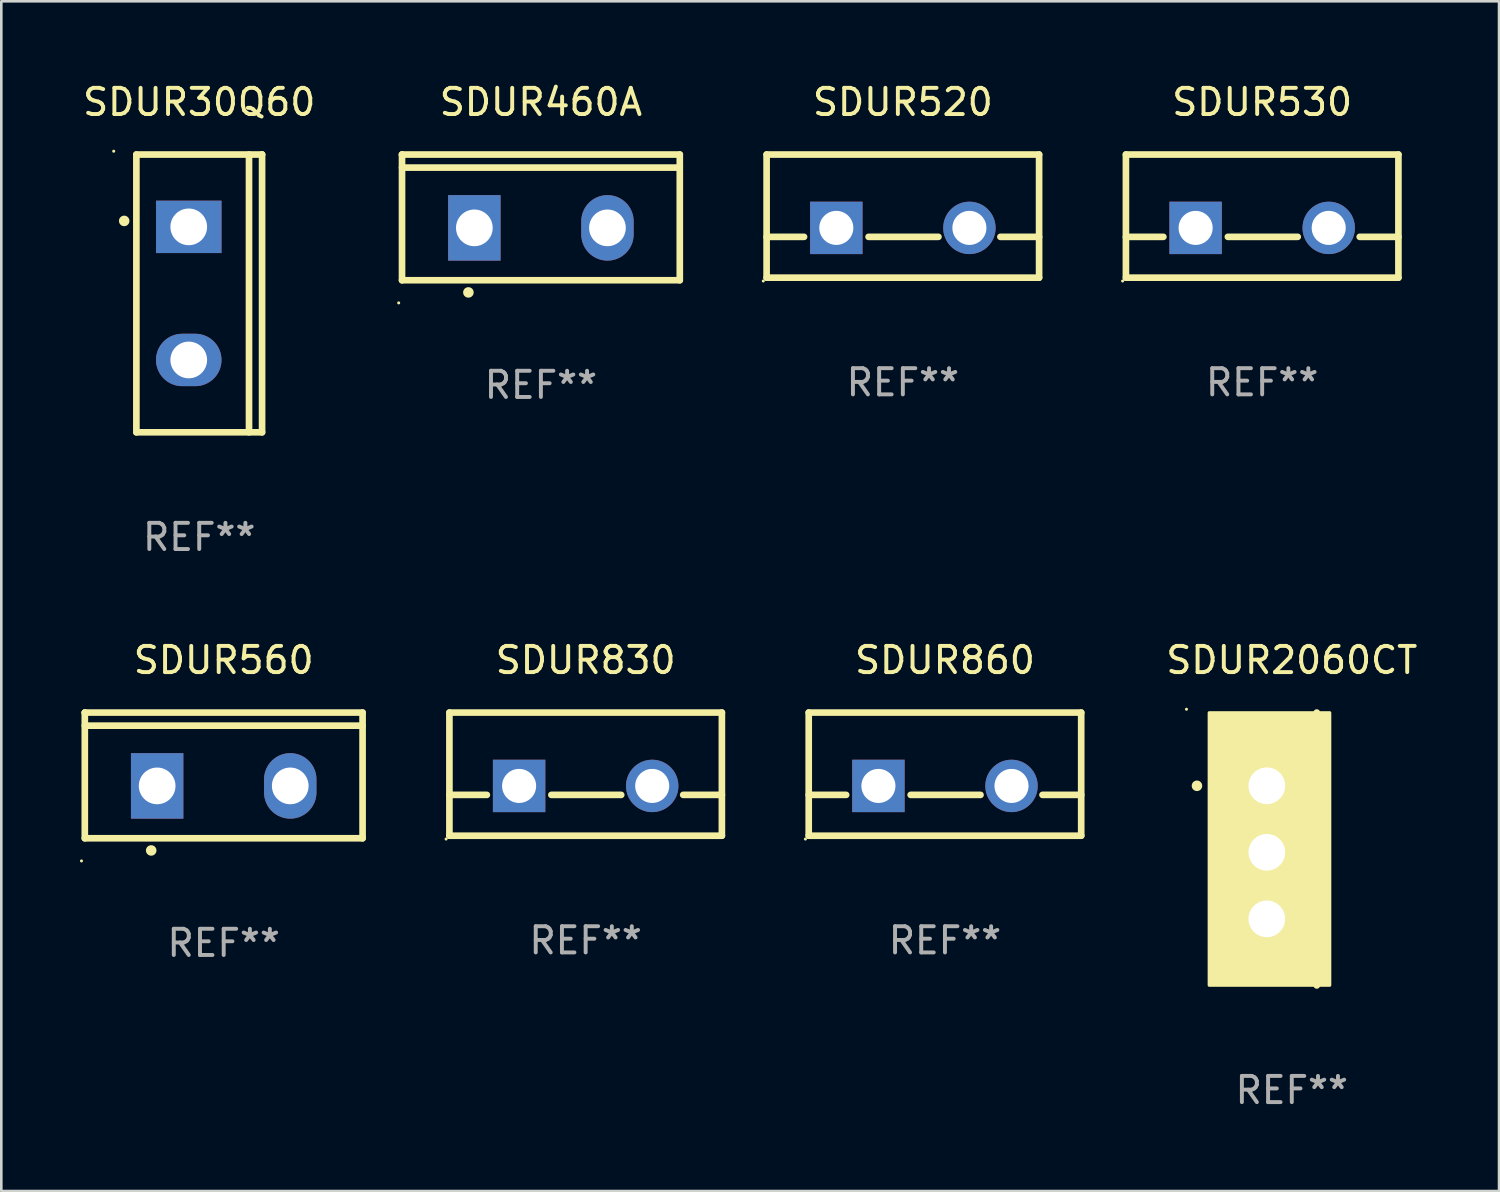
<source format=kicad_pcb>
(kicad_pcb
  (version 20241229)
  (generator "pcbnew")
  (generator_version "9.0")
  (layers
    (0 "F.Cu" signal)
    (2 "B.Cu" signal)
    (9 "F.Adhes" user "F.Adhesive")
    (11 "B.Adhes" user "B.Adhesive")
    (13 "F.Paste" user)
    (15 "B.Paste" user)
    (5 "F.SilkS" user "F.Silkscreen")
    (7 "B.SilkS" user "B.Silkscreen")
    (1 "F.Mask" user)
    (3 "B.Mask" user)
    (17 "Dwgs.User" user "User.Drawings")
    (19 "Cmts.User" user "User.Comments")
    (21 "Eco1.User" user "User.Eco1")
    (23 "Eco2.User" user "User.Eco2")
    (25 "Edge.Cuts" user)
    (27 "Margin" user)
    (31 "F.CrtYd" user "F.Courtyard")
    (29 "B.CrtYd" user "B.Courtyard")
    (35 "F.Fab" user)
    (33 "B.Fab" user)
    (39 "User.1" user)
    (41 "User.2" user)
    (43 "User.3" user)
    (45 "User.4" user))
  (footprint "SDUR860"
    (layer "F.Cu")
    (at 33.017 26.497)
    (property "Reference" "SDUR860" (at 0 -4.35 0) (layer "F.SilkS") (effects (font (size 1 1) (thickness 0.15))))
    (attr through_hole)
    (fp_line (start -5.2 -2.35) (end -5.2 2.35) (stroke (width 0.254) (type solid)) (layer "F.SilkS"))
    (fp_line (start -5.2 -2.35) (end 5.2 -2.35) (stroke (width 0.254) (type solid)) (layer "F.SilkS"))
    (fp_line (start -5.2 0.792) (end -3.771 0.792) (stroke (width 0.254) (type solid)) (layer "F.SilkS"))
    (fp_line (start -5.2 2.35) (end 5.2 2.35) (stroke (width 0.254) (type solid)) (layer "F.SilkS"))
    (fp_line (start -1.309 0.792) (end 1.357 0.792) (stroke (width 0.254) (type solid)) (layer "F.SilkS"))
    (fp_line (start 3.723 0.792) (end 5.2 0.792) (stroke (width 0.254) (type solid)) (layer "F.SilkS"))
    (fp_line (start 5.2 -2.35) (end 5.2 2.35) (stroke (width 0.254) (type solid)) (layer "F.SilkS"))
    (fp_circle (center -5.327 2.477) (end -5.297 2.477) (stroke (width 0.06) (type solid)) (fill no) (layer "F.SilkS"))
    (fp_text user "REF**" (at 0 6.35 0) (layer "F.Fab") (effects (font (size 1 1) (thickness 0.15))))
    (pad "1" thru_hole rect (at -2.54 0.45) (size 2 2) (drill 1.3) (layers "*.Cu" "*.Mask"))
    (pad "2" thru_hole circle (at 2.54 0.45) (size 2 2) (drill 1.3) (layers "*.Cu" "*.Mask")))
  (footprint "SDUR530"
    (layer "F.Cu")
    (at 45.124 5.198)
    (property "Reference" "SDUR530" (at 0 -4.35 0) (layer "F.SilkS") (effects (font (size 1 1) (thickness 0.15))))
    (attr through_hole)
    (fp_line (start -5.2 -2.35) (end -5.2 2.35) (stroke (width 0.254) (type solid)) (layer "F.SilkS"))
    (fp_line (start -5.2 -2.35) (end 5.2 -2.35) (stroke (width 0.254) (type solid)) (layer "F.SilkS"))
    (fp_line (start -5.2 0.792) (end -3.771 0.792) (stroke (width 0.254) (type solid)) (layer "F.SilkS"))
    (fp_line (start -5.2 2.35) (end 5.2 2.35) (stroke (width 0.254) (type solid)) (layer "F.SilkS"))
    (fp_line (start -1.309 0.792) (end 1.357 0.792) (stroke (width 0.254) (type solid)) (layer "F.SilkS"))
    (fp_line (start 3.723 0.792) (end 5.2 0.792) (stroke (width 0.254) (type solid)) (layer "F.SilkS"))
    (fp_line (start 5.2 -2.35) (end 5.2 2.35) (stroke (width 0.254) (type solid)) (layer "F.SilkS"))
    (fp_circle (center -5.327 2.477) (end -5.297 2.477) (stroke (width 0.06) (type solid)) (fill no) (layer "F.SilkS"))
    (fp_text user "REF**" (at 0 6.35 0) (layer "F.Fab") (effects (font (size 1 1) (thickness 0.15))))
    (pad "1" thru_hole rect (at -2.54 0.45) (size 2 2) (drill 1.3) (layers "*.Cu" "*.Mask"))
    (pad "2" thru_hole circle (at 2.54 0.45) (size 2 2) (drill 1.3) (layers "*.Cu" "*.Mask")))
  (footprint "SDUR520"
    (layer "F.Cu")
    (at 31.41 5.198)
    (property "Reference" "SDUR520" (at 0 -4.35 0) (layer "F.SilkS") (effects (font (size 1 1) (thickness 0.15))))
    (attr through_hole)
    (fp_line (start -5.2 -2.35) (end -5.2 2.35) (stroke (width 0.254) (type solid)) (layer "F.SilkS"))
    (fp_line (start -5.2 -2.35) (end 5.2 -2.35) (stroke (width 0.254) (type solid)) (layer "F.SilkS"))
    (fp_line (start -5.2 0.792) (end -3.771 0.792) (stroke (width 0.254) (type solid)) (layer "F.SilkS"))
    (fp_line (start -5.2 2.35) (end 5.2 2.35) (stroke (width 0.254) (type solid)) (layer "F.SilkS"))
    (fp_line (start -1.309 0.792) (end 1.357 0.792) (stroke (width 0.254) (type solid)) (layer "F.SilkS"))
    (fp_line (start 3.723 0.792) (end 5.2 0.792) (stroke (width 0.254) (type solid)) (layer "F.SilkS"))
    (fp_line (start 5.2 -2.35) (end 5.2 2.35) (stroke (width 0.254) (type solid)) (layer "F.SilkS"))
    (fp_circle (center -5.327 2.477) (end -5.297 2.477) (stroke (width 0.06) (type solid)) (fill no) (layer "F.SilkS"))
    (fp_text user "REF**" (at 0 6.35 0) (layer "F.Fab") (effects (font (size 1 1) (thickness 0.15))))
    (pad "1" thru_hole rect (at -2.54 0.45) (size 2 2) (drill 1.3) (layers "*.Cu" "*.Mask"))
    (pad "2" thru_hole circle (at 2.54 0.45) (size 2 2) (drill 1.3) (layers "*.Cu" "*.Mask")))
  (footprint "SDUR30Q60"
    (layer "F.Cu")
    (at 4.554 8.149)
    (property "Reference" "SDUR30Q60" (at 0 -7.301 0) (layer "F.SilkS") (effects (font (size 1 1) (thickness 0.15))))
    (attr through_hole)
    (fp_line (start -2.399 -5.301) (end 2.394 -5.301) (stroke (width 0.254) (type solid)) (layer "F.SilkS"))
    (fp_line (start -2.399 5.301) (end -2.399 -5.301) (stroke (width 0.254) (type solid)) (layer "F.SilkS"))
    (fp_line (start 1.9 5.3) (end 1.9 -5.3) (stroke (width 0.254) (type solid)) (layer "F.SilkS"))
    (fp_line (start 2.394 -5.301) (end 2.399 -5.301) (stroke (width 0.254) (type solid)) (layer "F.SilkS"))
    (fp_line (start 2.399 -5.301) (end 2.399 5.301) (stroke (width 0.254) (type solid)) (layer "F.SilkS"))
    (fp_line (start 2.399 5.301) (end -2.399 5.301) (stroke (width 0.254) (type solid)) (layer "F.SilkS"))
    (fp_arc (start -2.863843 -2.766066) (mid -2.863847 -2.767336) (end -2.863843 -2.768606) (stroke (width 0.4) (type solid)) (layer "F.SilkS"))
    (fp_circle (center -3.264 -5.428) (end -3.234 -5.428) (stroke (width 0.06) (type solid)) (fill no) (layer "F.SilkS"))
    (fp_text user "REF**" (at 0 9.301 0) (layer "F.Fab") (effects (font (size 1 1) (thickness 0.15))))
    (pad "1" thru_hole rect (at -0.4 -2.54 270) (size 2 2.5) (drill 1.4) (layers "*.Cu" "*.Mask"))
    (pad "2" thru_hole oval (at -0.4 2.54 270) (size 2 2.5) (drill 1.4) (layers "*.Cu" "*.Mask")))
  (footprint "SDUR460A"
    (layer "F.Cu")
    (at 17.595 5.247)
    (property "Reference" "SDUR460A" (at 0 -4.399 0) (layer "F.SilkS") (effects (font (size 1 1) (thickness 0.15))))
    (attr through_hole)
    (fp_line (start -5.301 -2.399) (end 5.301 -2.399) (stroke (width 0.254) (type solid)) (layer "F.SilkS"))
    (fp_line (start -5.301 -2.394) (end -5.301 -2.399) (stroke (width 0.254) (type solid)) (layer "F.SilkS"))
    (fp_line (start -5.301 2.399) (end -5.301 -2.394) (stroke (width 0.254) (type solid)) (layer "F.SilkS"))
    (fp_line (start 5.3 -1.9) (end -5.3 -1.9) (stroke (width 0.254) (type solid)) (layer "F.SilkS"))
    (fp_line (start 5.301 -2.399) (end 5.301 2.399) (stroke (width 0.254) (type solid)) (layer "F.SilkS"))
    (fp_line (start 5.301 2.399) (end -5.301 2.399) (stroke (width 0.254) (type solid)) (layer "F.SilkS"))
    (fp_arc (start -2.768606 2.863843) (mid -2.767336 2.863839) (end -2.766066 2.863843) (stroke (width 0.4) (type solid)) (layer "F.SilkS"))
    (fp_circle (center -5.428 3.264) (end -5.398 3.264) (stroke (width 0.06) (type solid)) (fill no) (layer "F.SilkS"))
    (fp_text user "REF**" (at 0 6.399 0) (layer "F.Fab") (effects (font (size 1 1) (thickness 0.15))))
    (pad "1" thru_hole rect (at -2.54 0.4) (size 2 2.5) (drill 1.4) (layers "*.Cu" "*.Mask"))
    (pad "2" thru_hole oval (at 2.54 0.4) (size 2 2.5) (drill 1.4) (layers "*.Cu" "*.Mask")))
  (footprint "SDUR560"
    (layer "F.Cu")
    (at 5.488 26.546)
    (property "Reference" "SDUR560" (at 0 -4.399 0) (layer "F.SilkS") (effects (font (size 1 1) (thickness 0.15))))
    (attr through_hole)
    (fp_line (start -5.301 -2.399) (end 5.301 -2.399) (stroke (width 0.254) (type solid)) (layer "F.SilkS"))
    (fp_line (start -5.301 -2.394) (end -5.301 -2.399) (stroke (width 0.254) (type solid)) (layer "F.SilkS"))
    (fp_line (start -5.301 2.399) (end -5.301 -2.394) (stroke (width 0.254) (type solid)) (layer "F.SilkS"))
    (fp_line (start 5.3 -1.9) (end -5.3 -1.9) (stroke (width 0.254) (type solid)) (layer "F.SilkS"))
    (fp_line (start 5.301 -2.399) (end 5.301 2.399) (stroke (width 0.254) (type solid)) (layer "F.SilkS"))
    (fp_line (start 5.301 2.399) (end -5.301 2.399) (stroke (width 0.254) (type solid)) (layer "F.SilkS"))
    (fp_arc (start -2.768606 2.863843) (mid -2.767336 2.863839) (end -2.766066 2.863843) (stroke (width 0.4) (type solid)) (layer "F.SilkS"))
    (fp_circle (center -5.428 3.264) (end -5.398 3.264) (stroke (width 0.06) (type solid)) (fill no) (layer "F.SilkS"))
    (fp_text user "REF**" (at 0 6.399 0) (layer "F.Fab") (effects (font (size 1 1) (thickness 0.15))))
    (pad "1" thru_hole rect (at -2.54 0.4) (size 2 2.5) (drill 1.4) (layers "*.Cu" "*.Mask"))
    (pad "2" thru_hole oval (at 2.54 0.4) (size 2 2.5) (drill 1.4) (layers "*.Cu" "*.Mask")))
  (footprint "SDUR2060CT"
    (layer "F.Cu")
    (at 46.255 29.354)
    (property "Reference" "SDUR2060CT" (at 0 -7.207 0) (layer "F.SilkS") (effects (font (size 1 1) (thickness 0.15))))
    (attr through_hole)
    (fp_line (start 0.953 5.207) (end 0.953 -5.207) (stroke (width 0.254) (type solid)) (layer "F.SilkS"))
    (fp_arc (start -3.619507 -2.410465) (mid -3.619511 -2.411735) (end -3.619507 -2.413005) (stroke (width 0.4) (type solid)) (layer "F.SilkS"))
    (fp_circle (center -4.02 -5.334) (end -3.99 -5.334) (stroke (width 0.06) (type solid)) (fill no) (layer "F.SilkS"))
    (fp_poly (pts (xy -3.152 -5.2) (xy 1.448 -5.2) (xy 1.448 5.2) (xy -3.152 5.2)) (stroke (width 0.12) (type solid)) (fill yes) (layer "F.SilkS"))
    (fp_text user "REF**" (at 0 9.207 0) (layer "F.Fab") (effects (font (size 1 1) (thickness 0.15))))
    (pad "1" thru_hole rect (at -0.953 -2.413 270) (size 2 2.5) (drill 1.4) (layers "*.Cu" "*.Mask"))
    (pad "2" thru_hole oval (at -0.953 0.127 270) (size 2 2.5) (drill 1.4) (layers "*.Cu" "*.Mask"))
    (pad "3" thru_hole oval (at -0.953 2.667 270) (size 2 2.5) (drill 1.4) (layers "*.Cu" "*.Mask")))
  (footprint "SDUR830"
    (layer "F.Cu")
    (at 19.303 26.497)
    (property "Reference" "SDUR830" (at 0 -4.35 0) (layer "F.SilkS") (effects (font (size 1 1) (thickness 0.15))))
    (attr through_hole)
    (fp_line (start -5.2 -2.35) (end -5.2 2.35) (stroke (width 0.254) (type solid)) (layer "F.SilkS"))
    (fp_line (start -5.2 -2.35) (end 5.2 -2.35) (stroke (width 0.254) (type solid)) (layer "F.SilkS"))
    (fp_line (start -5.2 0.792) (end -3.771 0.792) (stroke (width 0.254) (type solid)) (layer "F.SilkS"))
    (fp_line (start -5.2 2.35) (end 5.2 2.35) (stroke (width 0.254) (type solid)) (layer "F.SilkS"))
    (fp_line (start -1.309 0.792) (end 1.357 0.792) (stroke (width 0.254) (type solid)) (layer "F.SilkS"))
    (fp_line (start 3.723 0.792) (end 5.2 0.792) (stroke (width 0.254) (type solid)) (layer "F.SilkS"))
    (fp_line (start 5.2 -2.35) (end 5.2 2.35) (stroke (width 0.254) (type solid)) (layer "F.SilkS"))
    (fp_circle (center -5.327 2.477) (end -5.297 2.477) (stroke (width 0.06) (type solid)) (fill no) (layer "F.SilkS"))
    (fp_text user "REF**" (at 0 6.35 0) (layer "F.Fab") (effects (font (size 1 1) (thickness 0.15))))
    (pad "1" thru_hole rect (at -2.54 0.45) (size 2 2) (drill 1.3) (layers "*.Cu" "*.Mask"))
    (pad "2" thru_hole circle (at 2.54 0.45) (size 2 2) (drill 1.3) (layers "*.Cu" "*.Mask")))
  (gr_rect
    (start -3 -3)
    (end 54.165 42.409)
    (stroke (width 0.1) (type default))
    (fill no)
    (layer "Edge.Cuts")))
</source>
